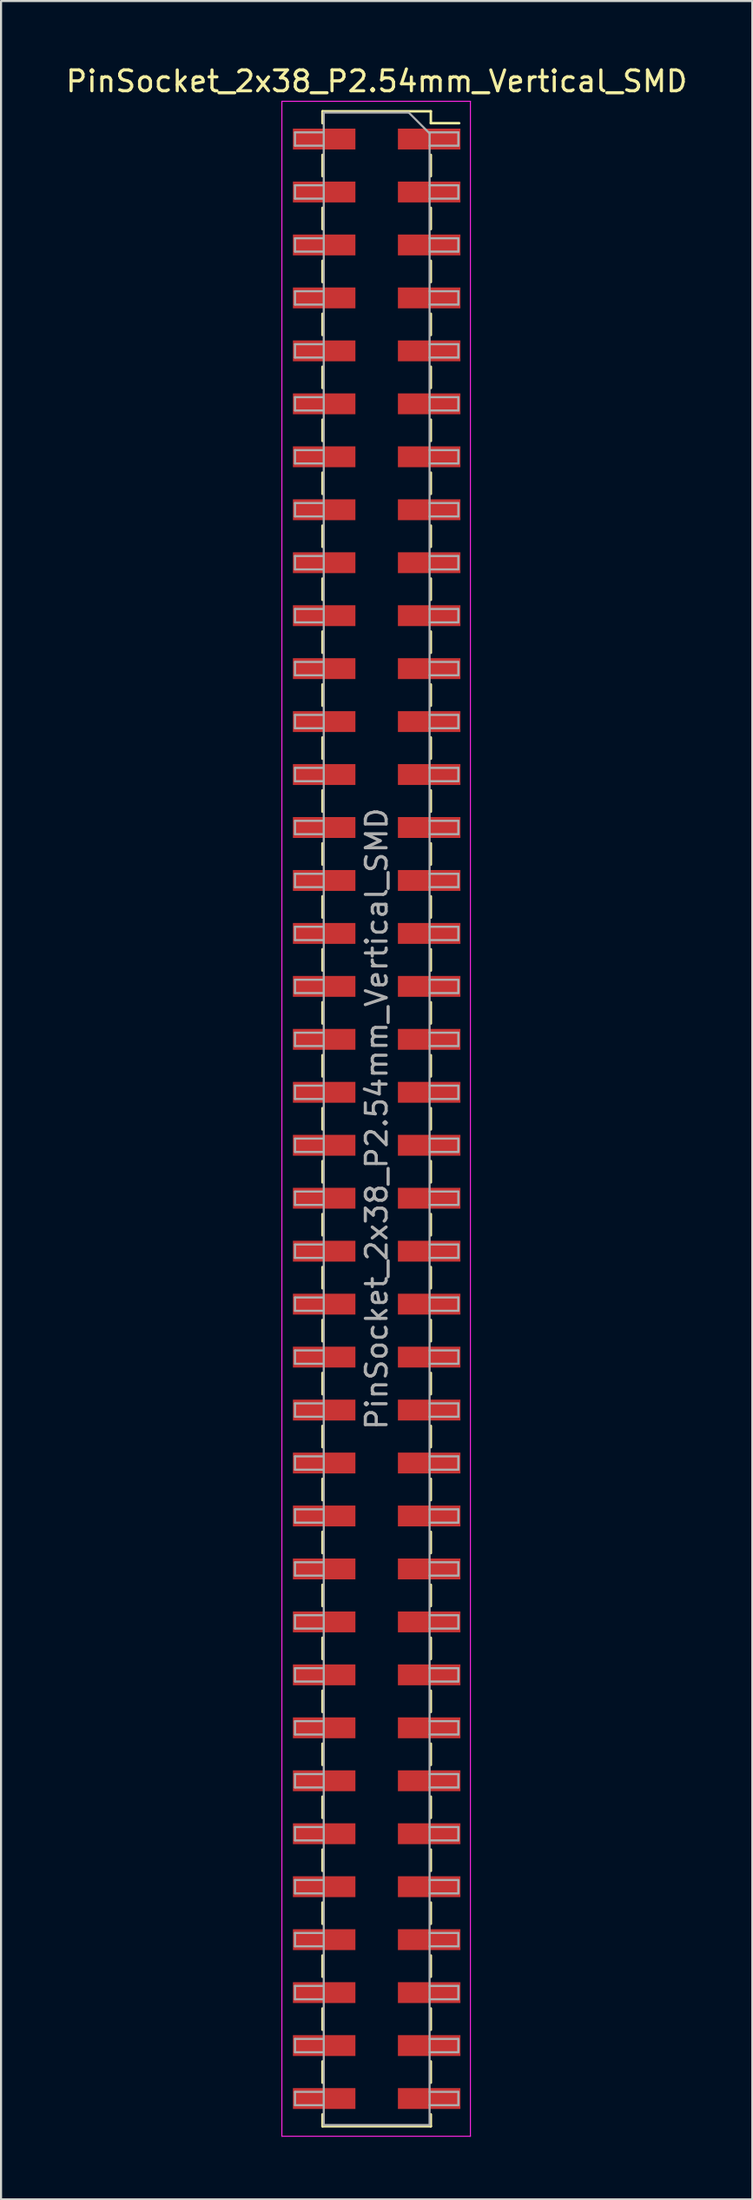
<source format=kicad_pcb>
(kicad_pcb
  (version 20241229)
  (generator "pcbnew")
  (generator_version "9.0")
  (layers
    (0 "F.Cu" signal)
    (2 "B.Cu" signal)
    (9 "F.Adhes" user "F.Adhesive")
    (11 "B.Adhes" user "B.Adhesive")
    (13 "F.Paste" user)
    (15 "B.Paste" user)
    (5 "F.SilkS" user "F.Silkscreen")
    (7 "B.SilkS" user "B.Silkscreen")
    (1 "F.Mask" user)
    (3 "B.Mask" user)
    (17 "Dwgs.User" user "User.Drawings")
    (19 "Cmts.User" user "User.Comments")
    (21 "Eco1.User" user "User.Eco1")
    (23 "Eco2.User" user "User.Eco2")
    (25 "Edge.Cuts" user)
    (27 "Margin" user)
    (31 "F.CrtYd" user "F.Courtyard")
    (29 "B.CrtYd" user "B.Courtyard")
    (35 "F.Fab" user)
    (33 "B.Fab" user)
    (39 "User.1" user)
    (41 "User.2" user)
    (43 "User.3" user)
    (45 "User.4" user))
  (footprint "PinSocket_2x38_P2.54mm_Vertical_SMD"
    (layer "F.Cu")
    (at 15.03 50.608)
    (property "Reference" "PinSocket_2x38_P2.54mm_Vertical_SMD" (at 0 -49.76 0) (layer "F.SilkS") (effects (font (size 1 1) (thickness 0.15))))
    (attr smd)
    (fp_line (start -2.6 -48.32) (end -2.6 -47.75) (stroke (width 0.12) (type solid)) (layer "F.SilkS"))
    (fp_line (start -2.6 -48.32) (end 2.6 -48.32) (stroke (width 0.12) (type solid)) (layer "F.SilkS"))
    (fp_line (start -2.6 -46.23) (end -2.6 -45.21) (stroke (width 0.12) (type solid)) (layer "F.SilkS"))
    (fp_line (start -2.6 -43.69) (end -2.6 -42.67) (stroke (width 0.12) (type solid)) (layer "F.SilkS"))
    (fp_line (start -2.6 -41.15) (end -2.6 -40.13) (stroke (width 0.12) (type solid)) (layer "F.SilkS"))
    (fp_line (start -2.6 -38.61) (end -2.6 -37.59) (stroke (width 0.12) (type solid)) (layer "F.SilkS"))
    (fp_line (start -2.6 -36.07) (end -2.6 -35.05) (stroke (width 0.12) (type solid)) (layer "F.SilkS"))
    (fp_line (start -2.6 -33.53) (end -2.6 -32.51) (stroke (width 0.12) (type solid)) (layer "F.SilkS"))
    (fp_line (start -2.6 -30.99) (end -2.6 -29.97) (stroke (width 0.12) (type solid)) (layer "F.SilkS"))
    (fp_line (start -2.6 -28.45) (end -2.6 -27.43) (stroke (width 0.12) (type solid)) (layer "F.SilkS"))
    (fp_line (start -2.6 -25.91) (end -2.6 -24.89) (stroke (width 0.12) (type solid)) (layer "F.SilkS"))
    (fp_line (start -2.6 -23.37) (end -2.6 -22.35) (stroke (width 0.12) (type solid)) (layer "F.SilkS"))
    (fp_line (start -2.6 -20.83) (end -2.6 -19.81) (stroke (width 0.12) (type solid)) (layer "F.SilkS"))
    (fp_line (start -2.6 -18.29) (end -2.6 -17.27) (stroke (width 0.12) (type solid)) (layer "F.SilkS"))
    (fp_line (start -2.6 -15.75) (end -2.6 -14.73) (stroke (width 0.12) (type solid)) (layer "F.SilkS"))
    (fp_line (start -2.6 -13.21) (end -2.6 -12.19) (stroke (width 0.12) (type solid)) (layer "F.SilkS"))
    (fp_line (start -2.6 -10.67) (end -2.6 -9.65) (stroke (width 0.12) (type solid)) (layer "F.SilkS"))
    (fp_line (start -2.6 -8.13) (end -2.6 -7.11) (stroke (width 0.12) (type solid)) (layer "F.SilkS"))
    (fp_line (start -2.6 -5.59) (end -2.6 -4.57) (stroke (width 0.12) (type solid)) (layer "F.SilkS"))
    (fp_line (start -2.6 -3.05) (end -2.6 -2.03) (stroke (width 0.12) (type solid)) (layer "F.SilkS"))
    (fp_line (start -2.6 -0.51) (end -2.6 0.51) (stroke (width 0.12) (type solid)) (layer "F.SilkS"))
    (fp_line (start -2.6 2.03) (end -2.6 3.05) (stroke (width 0.12) (type solid)) (layer "F.SilkS"))
    (fp_line (start -2.6 4.57) (end -2.6 5.59) (stroke (width 0.12) (type solid)) (layer "F.SilkS"))
    (fp_line (start -2.6 7.11) (end -2.6 8.13) (stroke (width 0.12) (type solid)) (layer "F.SilkS"))
    (fp_line (start -2.6 9.65) (end -2.6 10.67) (stroke (width 0.12) (type solid)) (layer "F.SilkS"))
    (fp_line (start -2.6 12.19) (end -2.6 13.21) (stroke (width 0.12) (type solid)) (layer "F.SilkS"))
    (fp_line (start -2.6 14.73) (end -2.6 15.75) (stroke (width 0.12) (type solid)) (layer "F.SilkS"))
    (fp_line (start -2.6 17.27) (end -2.6 18.29) (stroke (width 0.12) (type solid)) (layer "F.SilkS"))
    (fp_line (start -2.6 19.81) (end -2.6 20.83) (stroke (width 0.12) (type solid)) (layer "F.SilkS"))
    (fp_line (start -2.6 22.35) (end -2.6 23.37) (stroke (width 0.12) (type solid)) (layer "F.SilkS"))
    (fp_line (start -2.6 24.89) (end -2.6 25.91) (stroke (width 0.12) (type solid)) (layer "F.SilkS"))
    (fp_line (start -2.6 27.43) (end -2.6 28.45) (stroke (width 0.12) (type solid)) (layer "F.SilkS"))
    (fp_line (start -2.6 29.97) (end -2.6 30.99) (stroke (width 0.12) (type solid)) (layer "F.SilkS"))
    (fp_line (start -2.6 32.51) (end -2.6 33.53) (stroke (width 0.12) (type solid)) (layer "F.SilkS"))
    (fp_line (start -2.6 35.05) (end -2.6 36.07) (stroke (width 0.12) (type solid)) (layer "F.SilkS"))
    (fp_line (start -2.6 37.59) (end -2.6 38.61) (stroke (width 0.12) (type solid)) (layer "F.SilkS"))
    (fp_line (start -2.6 40.13) (end -2.6 41.15) (stroke (width 0.12) (type solid)) (layer "F.SilkS"))
    (fp_line (start -2.6 42.67) (end -2.6 43.69) (stroke (width 0.12) (type solid)) (layer "F.SilkS"))
    (fp_line (start -2.6 45.21) (end -2.6 46.23) (stroke (width 0.12) (type solid)) (layer "F.SilkS"))
    (fp_line (start -2.6 47.75) (end -2.6 48.32) (stroke (width 0.12) (type solid)) (layer "F.SilkS"))
    (fp_line (start -2.6 48.32) (end 2.6 48.32) (stroke (width 0.12) (type solid)) (layer "F.SilkS"))
    (fp_line (start 2.6 -48.32) (end 2.6 -47.75) (stroke (width 0.12) (type solid)) (layer "F.SilkS"))
    (fp_line (start 2.6 -47.75) (end 3.96 -47.75) (stroke (width 0.12) (type solid)) (layer "F.SilkS"))
    (fp_line (start 2.6 -46.23) (end 2.6 -45.21) (stroke (width 0.12) (type solid)) (layer "F.SilkS"))
    (fp_line (start 2.6 -43.69) (end 2.6 -42.67) (stroke (width 0.12) (type solid)) (layer "F.SilkS"))
    (fp_line (start 2.6 -41.15) (end 2.6 -40.13) (stroke (width 0.12) (type solid)) (layer "F.SilkS"))
    (fp_line (start 2.6 -38.61) (end 2.6 -37.59) (stroke (width 0.12) (type solid)) (layer "F.SilkS"))
    (fp_line (start 2.6 -36.07) (end 2.6 -35.05) (stroke (width 0.12) (type solid)) (layer "F.SilkS"))
    (fp_line (start 2.6 -33.53) (end 2.6 -32.51) (stroke (width 0.12) (type solid)) (layer "F.SilkS"))
    (fp_line (start 2.6 -30.99) (end 2.6 -29.97) (stroke (width 0.12) (type solid)) (layer "F.SilkS"))
    (fp_line (start 2.6 -28.45) (end 2.6 -27.43) (stroke (width 0.12) (type solid)) (layer "F.SilkS"))
    (fp_line (start 2.6 -25.91) (end 2.6 -24.89) (stroke (width 0.12) (type solid)) (layer "F.SilkS"))
    (fp_line (start 2.6 -23.37) (end 2.6 -22.35) (stroke (width 0.12) (type solid)) (layer "F.SilkS"))
    (fp_line (start 2.6 -20.83) (end 2.6 -19.81) (stroke (width 0.12) (type solid)) (layer "F.SilkS"))
    (fp_line (start 2.6 -18.29) (end 2.6 -17.27) (stroke (width 0.12) (type solid)) (layer "F.SilkS"))
    (fp_line (start 2.6 -15.75) (end 2.6 -14.73) (stroke (width 0.12) (type solid)) (layer "F.SilkS"))
    (fp_line (start 2.6 -13.21) (end 2.6 -12.19) (stroke (width 0.12) (type solid)) (layer "F.SilkS"))
    (fp_line (start 2.6 -10.67) (end 2.6 -9.65) (stroke (width 0.12) (type solid)) (layer "F.SilkS"))
    (fp_line (start 2.6 -8.13) (end 2.6 -7.11) (stroke (width 0.12) (type solid)) (layer "F.SilkS"))
    (fp_line (start 2.6 -5.59) (end 2.6 -4.57) (stroke (width 0.12) (type solid)) (layer "F.SilkS"))
    (fp_line (start 2.6 -3.05) (end 2.6 -2.03) (stroke (width 0.12) (type solid)) (layer "F.SilkS"))
    (fp_line (start 2.6 -0.51) (end 2.6 0.51) (stroke (width 0.12) (type solid)) (layer "F.SilkS"))
    (fp_line (start 2.6 2.03) (end 2.6 3.05) (stroke (width 0.12) (type solid)) (layer "F.SilkS"))
    (fp_line (start 2.6 4.57) (end 2.6 5.59) (stroke (width 0.12) (type solid)) (layer "F.SilkS"))
    (fp_line (start 2.6 7.11) (end 2.6 8.13) (stroke (width 0.12) (type solid)) (layer "F.SilkS"))
    (fp_line (start 2.6 9.65) (end 2.6 10.67) (stroke (width 0.12) (type solid)) (layer "F.SilkS"))
    (fp_line (start 2.6 12.19) (end 2.6 13.21) (stroke (width 0.12) (type solid)) (layer "F.SilkS"))
    (fp_line (start 2.6 14.73) (end 2.6 15.75) (stroke (width 0.12) (type solid)) (layer "F.SilkS"))
    (fp_line (start 2.6 17.27) (end 2.6 18.29) (stroke (width 0.12) (type solid)) (layer "F.SilkS"))
    (fp_line (start 2.6 19.81) (end 2.6 20.83) (stroke (width 0.12) (type solid)) (layer "F.SilkS"))
    (fp_line (start 2.6 22.35) (end 2.6 23.37) (stroke (width 0.12) (type solid)) (layer "F.SilkS"))
    (fp_line (start 2.6 24.89) (end 2.6 25.91) (stroke (width 0.12) (type solid)) (layer "F.SilkS"))
    (fp_line (start 2.6 27.43) (end 2.6 28.45) (stroke (width 0.12) (type solid)) (layer "F.SilkS"))
    (fp_line (start 2.6 29.97) (end 2.6 30.99) (stroke (width 0.12) (type solid)) (layer "F.SilkS"))
    (fp_line (start 2.6 32.51) (end 2.6 33.53) (stroke (width 0.12) (type solid)) (layer "F.SilkS"))
    (fp_line (start 2.6 35.05) (end 2.6 36.07) (stroke (width 0.12) (type solid)) (layer "F.SilkS"))
    (fp_line (start 2.6 37.59) (end 2.6 38.61) (stroke (width 0.12) (type solid)) (layer "F.SilkS"))
    (fp_line (start 2.6 40.13) (end 2.6 41.15) (stroke (width 0.12) (type solid)) (layer "F.SilkS"))
    (fp_line (start 2.6 42.67) (end 2.6 43.69) (stroke (width 0.12) (type solid)) (layer "F.SilkS"))
    (fp_line (start 2.6 45.21) (end 2.6 46.23) (stroke (width 0.12) (type solid)) (layer "F.SilkS"))
    (fp_line (start 2.6 47.75) (end 2.6 48.32) (stroke (width 0.12) (type solid)) (layer "F.SilkS"))
    (fp_line (start -4.55 -48.8) (end 4.5 -48.8) (stroke (width 0.05) (type solid)) (layer "F.CrtYd"))
    (fp_line (start -4.55 48.8) (end -4.55 -48.8) (stroke (width 0.05) (type solid)) (layer "F.CrtYd"))
    (fp_line (start 4.5 -48.8) (end 4.5 48.8) (stroke (width 0.05) (type solid)) (layer "F.CrtYd"))
    (fp_line (start 4.5 48.8) (end -4.55 48.8) (stroke (width 0.05) (type solid)) (layer "F.CrtYd"))
    (fp_line (start -3.92 -47.31) (end -2.54 -47.31) (stroke (width 0.1) (type solid)) (layer "F.Fab"))
    (fp_line (start -3.92 -46.67) (end -3.92 -47.31) (stroke (width 0.1) (type solid)) (layer "F.Fab"))
    (fp_line (start -3.92 -44.77) (end -2.54 -44.77) (stroke (width 0.1) (type solid)) (layer "F.Fab"))
    (fp_line (start -3.92 -44.13) (end -3.92 -44.77) (stroke (width 0.1) (type solid)) (layer "F.Fab"))
    (fp_line (start -3.92 -42.23) (end -2.54 -42.23) (stroke (width 0.1) (type solid)) (layer "F.Fab"))
    (fp_line (start -3.92 -41.59) (end -3.92 -42.23) (stroke (width 0.1) (type solid)) (layer "F.Fab"))
    (fp_line (start -3.92 -39.69) (end -2.54 -39.69) (stroke (width 0.1) (type solid)) (layer "F.Fab"))
    (fp_line (start -3.92 -39.05) (end -3.92 -39.69) (stroke (width 0.1) (type solid)) (layer "F.Fab"))
    (fp_line (start -3.92 -37.15) (end -2.54 -37.15) (stroke (width 0.1) (type solid)) (layer "F.Fab"))
    (fp_line (start -3.92 -36.51) (end -3.92 -37.15) (stroke (width 0.1) (type solid)) (layer "F.Fab"))
    (fp_line (start -3.92 -34.61) (end -2.54 -34.61) (stroke (width 0.1) (type solid)) (layer "F.Fab"))
    (fp_line (start -3.92 -33.97) (end -3.92 -34.61) (stroke (width 0.1) (type solid)) (layer "F.Fab"))
    (fp_line (start -3.92 -32.07) (end -2.54 -32.07) (stroke (width 0.1) (type solid)) (layer "F.Fab"))
    (fp_line (start -3.92 -31.43) (end -3.92 -32.07) (stroke (width 0.1) (type solid)) (layer "F.Fab"))
    (fp_line (start -3.92 -29.53) (end -2.54 -29.53) (stroke (width 0.1) (type solid)) (layer "F.Fab"))
    (fp_line (start -3.92 -28.89) (end -3.92 -29.53) (stroke (width 0.1) (type solid)) (layer "F.Fab"))
    (fp_line (start -3.92 -26.99) (end -2.54 -26.99) (stroke (width 0.1) (type solid)) (layer "F.Fab"))
    (fp_line (start -3.92 -26.35) (end -3.92 -26.99) (stroke (width 0.1) (type solid)) (layer "F.Fab"))
    (fp_line (start -3.92 -24.45) (end -2.54 -24.45) (stroke (width 0.1) (type solid)) (layer "F.Fab"))
    (fp_line (start -3.92 -23.81) (end -3.92 -24.45) (stroke (width 0.1) (type solid)) (layer "F.Fab"))
    (fp_line (start -3.92 -21.91) (end -2.54 -21.91) (stroke (width 0.1) (type solid)) (layer "F.Fab"))
    (fp_line (start -3.92 -21.27) (end -3.92 -21.91) (stroke (width 0.1) (type solid)) (layer "F.Fab"))
    (fp_line (start -3.92 -19.37) (end -2.54 -19.37) (stroke (width 0.1) (type solid)) (layer "F.Fab"))
    (fp_line (start -3.92 -18.73) (end -3.92 -19.37) (stroke (width 0.1) (type solid)) (layer "F.Fab"))
    (fp_line (start -3.92 -16.83) (end -2.54 -16.83) (stroke (width 0.1) (type solid)) (layer "F.Fab"))
    (fp_line (start -3.92 -16.19) (end -3.92 -16.83) (stroke (width 0.1) (type solid)) (layer "F.Fab"))
    (fp_line (start -3.92 -14.29) (end -2.54 -14.29) (stroke (width 0.1) (type solid)) (layer "F.Fab"))
    (fp_line (start -3.92 -13.65) (end -3.92 -14.29) (stroke (width 0.1) (type solid)) (layer "F.Fab"))
    (fp_line (start -3.92 -11.75) (end -2.54 -11.75) (stroke (width 0.1) (type solid)) (layer "F.Fab"))
    (fp_line (start -3.92 -11.11) (end -3.92 -11.75) (stroke (width 0.1) (type solid)) (layer "F.Fab"))
    (fp_line (start -3.92 -9.21) (end -2.54 -9.21) (stroke (width 0.1) (type solid)) (layer "F.Fab"))
    (fp_line (start -3.92 -8.57) (end -3.92 -9.21) (stroke (width 0.1) (type solid)) (layer "F.Fab"))
    (fp_line (start -3.92 -6.67) (end -2.54 -6.67) (stroke (width 0.1) (type solid)) (layer "F.Fab"))
    (fp_line (start -3.92 -6.03) (end -3.92 -6.67) (stroke (width 0.1) (type solid)) (layer "F.Fab"))
    (fp_line (start -3.92 -4.13) (end -2.54 -4.13) (stroke (width 0.1) (type solid)) (layer "F.Fab"))
    (fp_line (start -3.92 -3.49) (end -3.92 -4.13) (stroke (width 0.1) (type solid)) (layer "F.Fab"))
    (fp_line (start -3.92 -1.59) (end -2.54 -1.59) (stroke (width 0.1) (type solid)) (layer "F.Fab"))
    (fp_line (start -3.92 -0.95) (end -3.92 -1.59) (stroke (width 0.1) (type solid)) (layer "F.Fab"))
    (fp_line (start -3.92 0.95) (end -2.54 0.95) (stroke (width 0.1) (type solid)) (layer "F.Fab"))
    (fp_line (start -3.92 1.59) (end -3.92 0.95) (stroke (width 0.1) (type solid)) (layer "F.Fab"))
    (fp_line (start -3.92 3.49) (end -2.54 3.49) (stroke (width 0.1) (type solid)) (layer "F.Fab"))
    (fp_line (start -3.92 4.13) (end -3.92 3.49) (stroke (width 0.1) (type solid)) (layer "F.Fab"))
    (fp_line (start -3.92 6.03) (end -2.54 6.03) (stroke (width 0.1) (type solid)) (layer "F.Fab"))
    (fp_line (start -3.92 6.67) (end -3.92 6.03) (stroke (width 0.1) (type solid)) (layer "F.Fab"))
    (fp_line (start -3.92 8.57) (end -2.54 8.57) (stroke (width 0.1) (type solid)) (layer "F.Fab"))
    (fp_line (start -3.92 9.21) (end -3.92 8.57) (stroke (width 0.1) (type solid)) (layer "F.Fab"))
    (fp_line (start -3.92 11.11) (end -2.54 11.11) (stroke (width 0.1) (type solid)) (layer "F.Fab"))
    (fp_line (start -3.92 11.75) (end -3.92 11.11) (stroke (width 0.1) (type solid)) (layer "F.Fab"))
    (fp_line (start -3.92 13.65) (end -2.54 13.65) (stroke (width 0.1) (type solid)) (layer "F.Fab"))
    (fp_line (start -3.92 14.29) (end -3.92 13.65) (stroke (width 0.1) (type solid)) (layer "F.Fab"))
    (fp_line (start -3.92 16.19) (end -2.54 16.19) (stroke (width 0.1) (type solid)) (layer "F.Fab"))
    (fp_line (start -3.92 16.83) (end -3.92 16.19) (stroke (width 0.1) (type solid)) (layer "F.Fab"))
    (fp_line (start -3.92 18.73) (end -2.54 18.73) (stroke (width 0.1) (type solid)) (layer "F.Fab"))
    (fp_line (start -3.92 19.37) (end -3.92 18.73) (stroke (width 0.1) (type solid)) (layer "F.Fab"))
    (fp_line (start -3.92 21.27) (end -2.54 21.27) (stroke (width 0.1) (type solid)) (layer "F.Fab"))
    (fp_line (start -3.92 21.91) (end -3.92 21.27) (stroke (width 0.1) (type solid)) (layer "F.Fab"))
    (fp_line (start -3.92 23.81) (end -2.54 23.81) (stroke (width 0.1) (type solid)) (layer "F.Fab"))
    (fp_line (start -3.92 24.45) (end -3.92 23.81) (stroke (width 0.1) (type solid)) (layer "F.Fab"))
    (fp_line (start -3.92 26.35) (end -2.54 26.35) (stroke (width 0.1) (type solid)) (layer "F.Fab"))
    (fp_line (start -3.92 26.99) (end -3.92 26.35) (stroke (width 0.1) (type solid)) (layer "F.Fab"))
    (fp_line (start -3.92 28.89) (end -2.54 28.89) (stroke (width 0.1) (type solid)) (layer "F.Fab"))
    (fp_line (start -3.92 29.53) (end -3.92 28.89) (stroke (width 0.1) (type solid)) (layer "F.Fab"))
    (fp_line (start -3.92 31.43) (end -2.54 31.43) (stroke (width 0.1) (type solid)) (layer "F.Fab"))
    (fp_line (start -3.92 32.07) (end -3.92 31.43) (stroke (width 0.1) (type solid)) (layer "F.Fab"))
    (fp_line (start -3.92 33.97) (end -2.54 33.97) (stroke (width 0.1) (type solid)) (layer "F.Fab"))
    (fp_line (start -3.92 34.61) (end -3.92 33.97) (stroke (width 0.1) (type solid)) (layer "F.Fab"))
    (fp_line (start -3.92 36.51) (end -2.54 36.51) (stroke (width 0.1) (type solid)) (layer "F.Fab"))
    (fp_line (start -3.92 37.15) (end -3.92 36.51) (stroke (width 0.1) (type solid)) (layer "F.Fab"))
    (fp_line (start -3.92 39.05) (end -2.54 39.05) (stroke (width 0.1) (type solid)) (layer "F.Fab"))
    (fp_line (start -3.92 39.69) (end -3.92 39.05) (stroke (width 0.1) (type solid)) (layer "F.Fab"))
    (fp_line (start -3.92 41.59) (end -2.54 41.59) (stroke (width 0.1) (type solid)) (layer "F.Fab"))
    (fp_line (start -3.92 42.23) (end -3.92 41.59) (stroke (width 0.1) (type solid)) (layer "F.Fab"))
    (fp_line (start -3.92 44.13) (end -2.54 44.13) (stroke (width 0.1) (type solid)) (layer "F.Fab"))
    (fp_line (start -3.92 44.77) (end -3.92 44.13) (stroke (width 0.1) (type solid)) (layer "F.Fab"))
    (fp_line (start -3.92 46.67) (end -2.54 46.67) (stroke (width 0.1) (type solid)) (layer "F.Fab"))
    (fp_line (start -3.92 47.31) (end -3.92 46.67) (stroke (width 0.1) (type solid)) (layer "F.Fab"))
    (fp_line (start -2.54 -48.26) (end 1.54 -48.26) (stroke (width 0.1) (type solid)) (layer "F.Fab"))
    (fp_line (start -2.54 -46.67) (end -3.92 -46.67) (stroke (width 0.1) (type solid)) (layer "F.Fab"))
    (fp_line (start -2.54 -44.13) (end -3.92 -44.13) (stroke (width 0.1) (type solid)) (layer "F.Fab"))
    (fp_line (start -2.54 -41.59) (end -3.92 -41.59) (stroke (width 0.1) (type solid)) (layer "F.Fab"))
    (fp_line (start -2.54 -39.05) (end -3.92 -39.05) (stroke (width 0.1) (type solid)) (layer "F.Fab"))
    (fp_line (start -2.54 -36.51) (end -3.92 -36.51) (stroke (width 0.1) (type solid)) (layer "F.Fab"))
    (fp_line (start -2.54 -33.97) (end -3.92 -33.97) (stroke (width 0.1) (type solid)) (layer "F.Fab"))
    (fp_line (start -2.54 -31.43) (end -3.92 -31.43) (stroke (width 0.1) (type solid)) (layer "F.Fab"))
    (fp_line (start -2.54 -28.89) (end -3.92 -28.89) (stroke (width 0.1) (type solid)) (layer "F.Fab"))
    (fp_line (start -2.54 -26.35) (end -3.92 -26.35) (stroke (width 0.1) (type solid)) (layer "F.Fab"))
    (fp_line (start -2.54 -23.81) (end -3.92 -23.81) (stroke (width 0.1) (type solid)) (layer "F.Fab"))
    (fp_line (start -2.54 -21.27) (end -3.92 -21.27) (stroke (width 0.1) (type solid)) (layer "F.Fab"))
    (fp_line (start -2.54 -18.73) (end -3.92 -18.73) (stroke (width 0.1) (type solid)) (layer "F.Fab"))
    (fp_line (start -2.54 -16.19) (end -3.92 -16.19) (stroke (width 0.1) (type solid)) (layer "F.Fab"))
    (fp_line (start -2.54 -13.65) (end -3.92 -13.65) (stroke (width 0.1) (type solid)) (layer "F.Fab"))
    (fp_line (start -2.54 -11.11) (end -3.92 -11.11) (stroke (width 0.1) (type solid)) (layer "F.Fab"))
    (fp_line (start -2.54 -8.57) (end -3.92 -8.57) (stroke (width 0.1) (type solid)) (layer "F.Fab"))
    (fp_line (start -2.54 -6.03) (end -3.92 -6.03) (stroke (width 0.1) (type solid)) (layer "F.Fab"))
    (fp_line (start -2.54 -3.49) (end -3.92 -3.49) (stroke (width 0.1) (type solid)) (layer "F.Fab"))
    (fp_line (start -2.54 -0.95) (end -3.92 -0.95) (stroke (width 0.1) (type solid)) (layer "F.Fab"))
    (fp_line (start -2.54 1.59) (end -3.92 1.59) (stroke (width 0.1) (type solid)) (layer "F.Fab"))
    (fp_line (start -2.54 4.13) (end -3.92 4.13) (stroke (width 0.1) (type solid)) (layer "F.Fab"))
    (fp_line (start -2.54 6.67) (end -3.92 6.67) (stroke (width 0.1) (type solid)) (layer "F.Fab"))
    (fp_line (start -2.54 9.21) (end -3.92 9.21) (stroke (width 0.1) (type solid)) (layer "F.Fab"))
    (fp_line (start -2.54 11.75) (end -3.92 11.75) (stroke (width 0.1) (type solid)) (layer "F.Fab"))
    (fp_line (start -2.54 14.29) (end -3.92 14.29) (stroke (width 0.1) (type solid)) (layer "F.Fab"))
    (fp_line (start -2.54 16.83) (end -3.92 16.83) (stroke (width 0.1) (type solid)) (layer "F.Fab"))
    (fp_line (start -2.54 19.37) (end -3.92 19.37) (stroke (width 0.1) (type solid)) (layer "F.Fab"))
    (fp_line (start -2.54 21.91) (end -3.92 21.91) (stroke (width 0.1) (type solid)) (layer "F.Fab"))
    (fp_line (start -2.54 24.45) (end -3.92 24.45) (stroke (width 0.1) (type solid)) (layer "F.Fab"))
    (fp_line (start -2.54 26.99) (end -3.92 26.99) (stroke (width 0.1) (type solid)) (layer "F.Fab"))
    (fp_line (start -2.54 29.53) (end -3.92 29.53) (stroke (width 0.1) (type solid)) (layer "F.Fab"))
    (fp_line (start -2.54 32.07) (end -3.92 32.07) (stroke (width 0.1) (type solid)) (layer "F.Fab"))
    (fp_line (start -2.54 34.61) (end -3.92 34.61) (stroke (width 0.1) (type solid)) (layer "F.Fab"))
    (fp_line (start -2.54 37.15) (end -3.92 37.15) (stroke (width 0.1) (type solid)) (layer "F.Fab"))
    (fp_line (start -2.54 39.69) (end -3.92 39.69) (stroke (width 0.1) (type solid)) (layer "F.Fab"))
    (fp_line (start -2.54 42.23) (end -3.92 42.23) (stroke (width 0.1) (type solid)) (layer "F.Fab"))
    (fp_line (start -2.54 44.77) (end -3.92 44.77) (stroke (width 0.1) (type solid)) (layer "F.Fab"))
    (fp_line (start -2.54 47.31) (end -3.92 47.31) (stroke (width 0.1) (type solid)) (layer "F.Fab"))
    (fp_line (start -2.54 48.26) (end -2.54 -48.26) (stroke (width 0.1) (type solid)) (layer "F.Fab"))
    (fp_line (start 1.54 -48.26) (end 2.54 -47.26) (stroke (width 0.1) (type solid)) (layer "F.Fab"))
    (fp_line (start 2.54 -47.31) (end 3.92 -47.31) (stroke (width 0.1) (type solid)) (layer "F.Fab"))
    (fp_line (start 2.54 -47.26) (end 2.54 48.26) (stroke (width 0.1) (type solid)) (layer "F.Fab"))
    (fp_line (start 2.54 -44.77) (end 3.92 -44.77) (stroke (width 0.1) (type solid)) (layer "F.Fab"))
    (fp_line (start 2.54 -42.23) (end 3.92 -42.23) (stroke (width 0.1) (type solid)) (layer "F.Fab"))
    (fp_line (start 2.54 -39.69) (end 3.92 -39.69) (stroke (width 0.1) (type solid)) (layer "F.Fab"))
    (fp_line (start 2.54 -37.15) (end 3.92 -37.15) (stroke (width 0.1) (type solid)) (layer "F.Fab"))
    (fp_line (start 2.54 -34.61) (end 3.92 -34.61) (stroke (width 0.1) (type solid)) (layer "F.Fab"))
    (fp_line (start 2.54 -32.07) (end 3.92 -32.07) (stroke (width 0.1) (type solid)) (layer "F.Fab"))
    (fp_line (start 2.54 -29.53) (end 3.92 -29.53) (stroke (width 0.1) (type solid)) (layer "F.Fab"))
    (fp_line (start 2.54 -26.99) (end 3.92 -26.99) (stroke (width 0.1) (type solid)) (layer "F.Fab"))
    (fp_line (start 2.54 -24.45) (end 3.92 -24.45) (stroke (width 0.1) (type solid)) (layer "F.Fab"))
    (fp_line (start 2.54 -21.91) (end 3.92 -21.91) (stroke (width 0.1) (type solid)) (layer "F.Fab"))
    (fp_line (start 2.54 -19.37) (end 3.92 -19.37) (stroke (width 0.1) (type solid)) (layer "F.Fab"))
    (fp_line (start 2.54 -16.83) (end 3.92 -16.83) (stroke (width 0.1) (type solid)) (layer "F.Fab"))
    (fp_line (start 2.54 -14.29) (end 3.92 -14.29) (stroke (width 0.1) (type solid)) (layer "F.Fab"))
    (fp_line (start 2.54 -11.75) (end 3.92 -11.75) (stroke (width 0.1) (type solid)) (layer "F.Fab"))
    (fp_line (start 2.54 -9.21) (end 3.92 -9.21) (stroke (width 0.1) (type solid)) (layer "F.Fab"))
    (fp_line (start 2.54 -6.67) (end 3.92 -6.67) (stroke (width 0.1) (type solid)) (layer "F.Fab"))
    (fp_line (start 2.54 -4.13) (end 3.92 -4.13) (stroke (width 0.1) (type solid)) (layer "F.Fab"))
    (fp_line (start 2.54 -1.59) (end 3.92 -1.59) (stroke (width 0.1) (type solid)) (layer "F.Fab"))
    (fp_line (start 2.54 0.95) (end 3.92 0.95) (stroke (width 0.1) (type solid)) (layer "F.Fab"))
    (fp_line (start 2.54 3.49) (end 3.92 3.49) (stroke (width 0.1) (type solid)) (layer "F.Fab"))
    (fp_line (start 2.54 6.03) (end 3.92 6.03) (stroke (width 0.1) (type solid)) (layer "F.Fab"))
    (fp_line (start 2.54 8.57) (end 3.92 8.57) (stroke (width 0.1) (type solid)) (layer "F.Fab"))
    (fp_line (start 2.54 11.11) (end 3.92 11.11) (stroke (width 0.1) (type solid)) (layer "F.Fab"))
    (fp_line (start 2.54 13.65) (end 3.92 13.65) (stroke (width 0.1) (type solid)) (layer "F.Fab"))
    (fp_line (start 2.54 16.19) (end 3.92 16.19) (stroke (width 0.1) (type solid)) (layer "F.Fab"))
    (fp_line (start 2.54 18.73) (end 3.92 18.73) (stroke (width 0.1) (type solid)) (layer "F.Fab"))
    (fp_line (start 2.54 21.27) (end 3.92 21.27) (stroke (width 0.1) (type solid)) (layer "F.Fab"))
    (fp_line (start 2.54 23.81) (end 3.92 23.81) (stroke (width 0.1) (type solid)) (layer "F.Fab"))
    (fp_line (start 2.54 26.35) (end 3.92 26.35) (stroke (width 0.1) (type solid)) (layer "F.Fab"))
    (fp_line (start 2.54 28.89) (end 3.92 28.89) (stroke (width 0.1) (type solid)) (layer "F.Fab"))
    (fp_line (start 2.54 31.43) (end 3.92 31.43) (stroke (width 0.1) (type solid)) (layer "F.Fab"))
    (fp_line (start 2.54 33.97) (end 3.92 33.97) (stroke (width 0.1) (type solid)) (layer "F.Fab"))
    (fp_line (start 2.54 36.51) (end 3.92 36.51) (stroke (width 0.1) (type solid)) (layer "F.Fab"))
    (fp_line (start 2.54 39.05) (end 3.92 39.05) (stroke (width 0.1) (type solid)) (layer "F.Fab"))
    (fp_line (start 2.54 41.59) (end 3.92 41.59) (stroke (width 0.1) (type solid)) (layer "F.Fab"))
    (fp_line (start 2.54 44.13) (end 3.92 44.13) (stroke (width 0.1) (type solid)) (layer "F.Fab"))
    (fp_line (start 2.54 46.67) (end 3.92 46.67) (stroke (width 0.1) (type solid)) (layer "F.Fab"))
    (fp_line (start 2.54 48.26) (end -2.54 48.26) (stroke (width 0.1) (type solid)) (layer "F.Fab"))
    (fp_line (start 3.92 -47.31) (end 3.92 -46.67) (stroke (width 0.1) (type solid)) (layer "F.Fab"))
    (fp_line (start 3.92 -46.67) (end 2.54 -46.67) (stroke (width 0.1) (type solid)) (layer "F.Fab"))
    (fp_line (start 3.92 -44.77) (end 3.92 -44.13) (stroke (width 0.1) (type solid)) (layer "F.Fab"))
    (fp_line (start 3.92 -44.13) (end 2.54 -44.13) (stroke (width 0.1) (type solid)) (layer "F.Fab"))
    (fp_line (start 3.92 -42.23) (end 3.92 -41.59) (stroke (width 0.1) (type solid)) (layer "F.Fab"))
    (fp_line (start 3.92 -41.59) (end 2.54 -41.59) (stroke (width 0.1) (type solid)) (layer "F.Fab"))
    (fp_line (start 3.92 -39.69) (end 3.92 -39.05) (stroke (width 0.1) (type solid)) (layer "F.Fab"))
    (fp_line (start 3.92 -39.05) (end 2.54 -39.05) (stroke (width 0.1) (type solid)) (layer "F.Fab"))
    (fp_line (start 3.92 -37.15) (end 3.92 -36.51) (stroke (width 0.1) (type solid)) (layer "F.Fab"))
    (fp_line (start 3.92 -36.51) (end 2.54 -36.51) (stroke (width 0.1) (type solid)) (layer "F.Fab"))
    (fp_line (start 3.92 -34.61) (end 3.92 -33.97) (stroke (width 0.1) (type solid)) (layer "F.Fab"))
    (fp_line (start 3.92 -33.97) (end 2.54 -33.97) (stroke (width 0.1) (type solid)) (layer "F.Fab"))
    (fp_line (start 3.92 -32.07) (end 3.92 -31.43) (stroke (width 0.1) (type solid)) (layer "F.Fab"))
    (fp_line (start 3.92 -31.43) (end 2.54 -31.43) (stroke (width 0.1) (type solid)) (layer "F.Fab"))
    (fp_line (start 3.92 -29.53) (end 3.92 -28.89) (stroke (width 0.1) (type solid)) (layer "F.Fab"))
    (fp_line (start 3.92 -28.89) (end 2.54 -28.89) (stroke (width 0.1) (type solid)) (layer "F.Fab"))
    (fp_line (start 3.92 -26.99) (end 3.92 -26.35) (stroke (width 0.1) (type solid)) (layer "F.Fab"))
    (fp_line (start 3.92 -26.35) (end 2.54 -26.35) (stroke (width 0.1) (type solid)) (layer "F.Fab"))
    (fp_line (start 3.92 -24.45) (end 3.92 -23.81) (stroke (width 0.1) (type solid)) (layer "F.Fab"))
    (fp_line (start 3.92 -23.81) (end 2.54 -23.81) (stroke (width 0.1) (type solid)) (layer "F.Fab"))
    (fp_line (start 3.92 -21.91) (end 3.92 -21.27) (stroke (width 0.1) (type solid)) (layer "F.Fab"))
    (fp_line (start 3.92 -21.27) (end 2.54 -21.27) (stroke (width 0.1) (type solid)) (layer "F.Fab"))
    (fp_line (start 3.92 -19.37) (end 3.92 -18.73) (stroke (width 0.1) (type solid)) (layer "F.Fab"))
    (fp_line (start 3.92 -18.73) (end 2.54 -18.73) (stroke (width 0.1) (type solid)) (layer "F.Fab"))
    (fp_line (start 3.92 -16.83) (end 3.92 -16.19) (stroke (width 0.1) (type solid)) (layer "F.Fab"))
    (fp_line (start 3.92 -16.19) (end 2.54 -16.19) (stroke (width 0.1) (type solid)) (layer "F.Fab"))
    (fp_line (start 3.92 -14.29) (end 3.92 -13.65) (stroke (width 0.1) (type solid)) (layer "F.Fab"))
    (fp_line (start 3.92 -13.65) (end 2.54 -13.65) (stroke (width 0.1) (type solid)) (layer "F.Fab"))
    (fp_line (start 3.92 -11.75) (end 3.92 -11.11) (stroke (width 0.1) (type solid)) (layer "F.Fab"))
    (fp_line (start 3.92 -11.11) (end 2.54 -11.11) (stroke (width 0.1) (type solid)) (layer "F.Fab"))
    (fp_line (start 3.92 -9.21) (end 3.92 -8.57) (stroke (width 0.1) (type solid)) (layer "F.Fab"))
    (fp_line (start 3.92 -8.57) (end 2.54 -8.57) (stroke (width 0.1) (type solid)) (layer "F.Fab"))
    (fp_line (start 3.92 -6.67) (end 3.92 -6.03) (stroke (width 0.1) (type solid)) (layer "F.Fab"))
    (fp_line (start 3.92 -6.03) (end 2.54 -6.03) (stroke (width 0.1) (type solid)) (layer "F.Fab"))
    (fp_line (start 3.92 -4.13) (end 3.92 -3.49) (stroke (width 0.1) (type solid)) (layer "F.Fab"))
    (fp_line (start 3.92 -3.49) (end 2.54 -3.49) (stroke (width 0.1) (type solid)) (layer "F.Fab"))
    (fp_line (start 3.92 -1.59) (end 3.92 -0.95) (stroke (width 0.1) (type solid)) (layer "F.Fab"))
    (fp_line (start 3.92 -0.95) (end 2.54 -0.95) (stroke (width 0.1) (type solid)) (layer "F.Fab"))
    (fp_line (start 3.92 0.95) (end 3.92 1.59) (stroke (width 0.1) (type solid)) (layer "F.Fab"))
    (fp_line (start 3.92 1.59) (end 2.54 1.59) (stroke (width 0.1) (type solid)) (layer "F.Fab"))
    (fp_line (start 3.92 3.49) (end 3.92 4.13) (stroke (width 0.1) (type solid)) (layer "F.Fab"))
    (fp_line (start 3.92 4.13) (end 2.54 4.13) (stroke (width 0.1) (type solid)) (layer "F.Fab"))
    (fp_line (start 3.92 6.03) (end 3.92 6.67) (stroke (width 0.1) (type solid)) (layer "F.Fab"))
    (fp_line (start 3.92 6.67) (end 2.54 6.67) (stroke (width 0.1) (type solid)) (layer "F.Fab"))
    (fp_line (start 3.92 8.57) (end 3.92 9.21) (stroke (width 0.1) (type solid)) (layer "F.Fab"))
    (fp_line (start 3.92 9.21) (end 2.54 9.21) (stroke (width 0.1) (type solid)) (layer "F.Fab"))
    (fp_line (start 3.92 11.11) (end 3.92 11.75) (stroke (width 0.1) (type solid)) (layer "F.Fab"))
    (fp_line (start 3.92 11.75) (end 2.54 11.75) (stroke (width 0.1) (type solid)) (layer "F.Fab"))
    (fp_line (start 3.92 13.65) (end 3.92 14.29) (stroke (width 0.1) (type solid)) (layer "F.Fab"))
    (fp_line (start 3.92 14.29) (end 2.54 14.29) (stroke (width 0.1) (type solid)) (layer "F.Fab"))
    (fp_line (start 3.92 16.19) (end 3.92 16.83) (stroke (width 0.1) (type solid)) (layer "F.Fab"))
    (fp_line (start 3.92 16.83) (end 2.54 16.83) (stroke (width 0.1) (type solid)) (layer "F.Fab"))
    (fp_line (start 3.92 18.73) (end 3.92 19.37) (stroke (width 0.1) (type solid)) (layer "F.Fab"))
    (fp_line (start 3.92 19.37) (end 2.54 19.37) (stroke (width 0.1) (type solid)) (layer "F.Fab"))
    (fp_line (start 3.92 21.27) (end 3.92 21.91) (stroke (width 0.1) (type solid)) (layer "F.Fab"))
    (fp_line (start 3.92 21.91) (end 2.54 21.91) (stroke (width 0.1) (type solid)) (layer "F.Fab"))
    (fp_line (start 3.92 23.81) (end 3.92 24.45) (stroke (width 0.1) (type solid)) (layer "F.Fab"))
    (fp_line (start 3.92 24.45) (end 2.54 24.45) (stroke (width 0.1) (type solid)) (layer "F.Fab"))
    (fp_line (start 3.92 26.35) (end 3.92 26.99) (stroke (width 0.1) (type solid)) (layer "F.Fab"))
    (fp_line (start 3.92 26.99) (end 2.54 26.99) (stroke (width 0.1) (type solid)) (layer "F.Fab"))
    (fp_line (start 3.92 28.89) (end 3.92 29.53) (stroke (width 0.1) (type solid)) (layer "F.Fab"))
    (fp_line (start 3.92 29.53) (end 2.54 29.53) (stroke (width 0.1) (type solid)) (layer "F.Fab"))
    (fp_line (start 3.92 31.43) (end 3.92 32.07) (stroke (width 0.1) (type solid)) (layer "F.Fab"))
    (fp_line (start 3.92 32.07) (end 2.54 32.07) (stroke (width 0.1) (type solid)) (layer "F.Fab"))
    (fp_line (start 3.92 33.97) (end 3.92 34.61) (stroke (width 0.1) (type solid)) (layer "F.Fab"))
    (fp_line (start 3.92 34.61) (end 2.54 34.61) (stroke (width 0.1) (type solid)) (layer "F.Fab"))
    (fp_line (start 3.92 36.51) (end 3.92 37.15) (stroke (width 0.1) (type solid)) (layer "F.Fab"))
    (fp_line (start 3.92 37.15) (end 2.54 37.15) (stroke (width 0.1) (type solid)) (layer "F.Fab"))
    (fp_line (start 3.92 39.05) (end 3.92 39.69) (stroke (width 0.1) (type solid)) (layer "F.Fab"))
    (fp_line (start 3.92 39.69) (end 2.54 39.69) (stroke (width 0.1) (type solid)) (layer "F.Fab"))
    (fp_line (start 3.92 41.59) (end 3.92 42.23) (stroke (width 0.1) (type solid)) (layer "F.Fab"))
    (fp_line (start 3.92 42.23) (end 2.54 42.23) (stroke (width 0.1) (type solid)) (layer "F.Fab"))
    (fp_line (start 3.92 44.13) (end 3.92 44.77) (stroke (width 0.1) (type solid)) (layer "F.Fab"))
    (fp_line (start 3.92 44.77) (end 2.54 44.77) (stroke (width 0.1) (type solid)) (layer "F.Fab"))
    (fp_line (start 3.92 46.67) (end 3.92 47.31) (stroke (width 0.1) (type solid)) (layer "F.Fab"))
    (fp_line (start 3.92 47.31) (end 2.54 47.31) (stroke (width 0.1) (type solid)) (layer "F.Fab"))
    (fp_text user "${REFERENCE}" (at 0 0 90) (layer "F.Fab") (effects (font (size 1 1) (thickness 0.15))))
    (pad "1" smd rect (at 2.52 -46.99) (size 3 1) (layers "F.Cu" "F.Mask" "F.Paste"))
    (pad "2" smd rect (at -2.52 -46.99) (size 3 1) (layers "F.Cu" "F.Mask" "F.Paste"))
    (pad "3" smd rect (at 2.52 -44.45) (size 3 1) (layers "F.Cu" "F.Mask" "F.Paste"))
    (pad "4" smd rect (at -2.52 -44.45) (size 3 1) (layers "F.Cu" "F.Mask" "F.Paste"))
    (pad "5" smd rect (at 2.52 -41.91) (size 3 1) (layers "F.Cu" "F.Mask" "F.Paste"))
    (pad "6" smd rect (at -2.52 -41.91) (size 3 1) (layers "F.Cu" "F.Mask" "F.Paste"))
    (pad "7" smd rect (at 2.52 -39.37) (size 3 1) (layers "F.Cu" "F.Mask" "F.Paste"))
    (pad "8" smd rect (at -2.52 -39.37) (size 3 1) (layers "F.Cu" "F.Mask" "F.Paste"))
    (pad "9" smd rect (at 2.52 -36.83) (size 3 1) (layers "F.Cu" "F.Mask" "F.Paste"))
    (pad "10" smd rect (at -2.52 -36.83) (size 3 1) (layers "F.Cu" "F.Mask" "F.Paste"))
    (pad "11" smd rect (at 2.52 -34.29) (size 3 1) (layers "F.Cu" "F.Mask" "F.Paste"))
    (pad "12" smd rect (at -2.52 -34.29) (size 3 1) (layers "F.Cu" "F.Mask" "F.Paste"))
    (pad "13" smd rect (at 2.52 -31.75) (size 3 1) (layers "F.Cu" "F.Mask" "F.Paste"))
    (pad "14" smd rect (at -2.52 -31.75) (size 3 1) (layers "F.Cu" "F.Mask" "F.Paste"))
    (pad "15" smd rect (at 2.52 -29.21) (size 3 1) (layers "F.Cu" "F.Mask" "F.Paste"))
    (pad "16" smd rect (at -2.52 -29.21) (size 3 1) (layers "F.Cu" "F.Mask" "F.Paste"))
    (pad "17" smd rect (at 2.52 -26.67) (size 3 1) (layers "F.Cu" "F.Mask" "F.Paste"))
    (pad "18" smd rect (at -2.52 -26.67) (size 3 1) (layers "F.Cu" "F.Mask" "F.Paste"))
    (pad "19" smd rect (at 2.52 -24.13) (size 3 1) (layers "F.Cu" "F.Mask" "F.Paste"))
    (pad "20" smd rect (at -2.52 -24.13) (size 3 1) (layers "F.Cu" "F.Mask" "F.Paste"))
    (pad "21" smd rect (at 2.52 -21.59) (size 3 1) (layers "F.Cu" "F.Mask" "F.Paste"))
    (pad "22" smd rect (at -2.52 -21.59) (size 3 1) (layers "F.Cu" "F.Mask" "F.Paste"))
    (pad "23" smd rect (at 2.52 -19.05) (size 3 1) (layers "F.Cu" "F.Mask" "F.Paste"))
    (pad "24" smd rect (at -2.52 -19.05) (size 3 1) (layers "F.Cu" "F.Mask" "F.Paste"))
    (pad "25" smd rect (at 2.52 -16.51) (size 3 1) (layers "F.Cu" "F.Mask" "F.Paste"))
    (pad "26" smd rect (at -2.52 -16.51) (size 3 1) (layers "F.Cu" "F.Mask" "F.Paste"))
    (pad "27" smd rect (at 2.52 -13.97) (size 3 1) (layers "F.Cu" "F.Mask" "F.Paste"))
    (pad "28" smd rect (at -2.52 -13.97) (size 3 1) (layers "F.Cu" "F.Mask" "F.Paste"))
    (pad "29" smd rect (at 2.52 -11.43) (size 3 1) (layers "F.Cu" "F.Mask" "F.Paste"))
    (pad "30" smd rect (at -2.52 -11.43) (size 3 1) (layers "F.Cu" "F.Mask" "F.Paste"))
    (pad "31" smd rect (at 2.52 -8.89) (size 3 1) (layers "F.Cu" "F.Mask" "F.Paste"))
    (pad "32" smd rect (at -2.52 -8.89) (size 3 1) (layers "F.Cu" "F.Mask" "F.Paste"))
    (pad "33" smd rect (at 2.52 -6.35) (size 3 1) (layers "F.Cu" "F.Mask" "F.Paste"))
    (pad "34" smd rect (at -2.52 -6.35) (size 3 1) (layers "F.Cu" "F.Mask" "F.Paste"))
    (pad "35" smd rect (at 2.52 -3.81) (size 3 1) (layers "F.Cu" "F.Mask" "F.Paste"))
    (pad "36" smd rect (at -2.52 -3.81) (size 3 1) (layers "F.Cu" "F.Mask" "F.Paste"))
    (pad "37" smd rect (at 2.52 -1.27) (size 3 1) (layers "F.Cu" "F.Mask" "F.Paste"))
    (pad "38" smd rect (at -2.52 -1.27) (size 3 1) (layers "F.Cu" "F.Mask" "F.Paste"))
    (pad "39" smd rect (at 2.52 1.27) (size 3 1) (layers "F.Cu" "F.Mask" "F.Paste"))
    (pad "40" smd rect (at -2.52 1.27) (size 3 1) (layers "F.Cu" "F.Mask" "F.Paste"))
    (pad "41" smd rect (at 2.52 3.81) (size 3 1) (layers "F.Cu" "F.Mask" "F.Paste"))
    (pad "42" smd rect (at -2.52 3.81) (size 3 1) (layers "F.Cu" "F.Mask" "F.Paste"))
    (pad "43" smd rect (at 2.52 6.35) (size 3 1) (layers "F.Cu" "F.Mask" "F.Paste"))
    (pad "44" smd rect (at -2.52 6.35) (size 3 1) (layers "F.Cu" "F.Mask" "F.Paste"))
    (pad "45" smd rect (at 2.52 8.89) (size 3 1) (layers "F.Cu" "F.Mask" "F.Paste"))
    (pad "46" smd rect (at -2.52 8.89) (size 3 1) (layers "F.Cu" "F.Mask" "F.Paste"))
    (pad "47" smd rect (at 2.52 11.43) (size 3 1) (layers "F.Cu" "F.Mask" "F.Paste"))
    (pad "48" smd rect (at -2.52 11.43) (size 3 1) (layers "F.Cu" "F.Mask" "F.Paste"))
    (pad "49" smd rect (at 2.52 13.97) (size 3 1) (layers "F.Cu" "F.Mask" "F.Paste"))
    (pad "50" smd rect (at -2.52 13.97) (size 3 1) (layers "F.Cu" "F.Mask" "F.Paste"))
    (pad "51" smd rect (at 2.52 16.51) (size 3 1) (layers "F.Cu" "F.Mask" "F.Paste"))
    (pad "52" smd rect (at -2.52 16.51) (size 3 1) (layers "F.Cu" "F.Mask" "F.Paste"))
    (pad "53" smd rect (at 2.52 19.05) (size 3 1) (layers "F.Cu" "F.Mask" "F.Paste"))
    (pad "54" smd rect (at -2.52 19.05) (size 3 1) (layers "F.Cu" "F.Mask" "F.Paste"))
    (pad "55" smd rect (at 2.52 21.59) (size 3 1) (layers "F.Cu" "F.Mask" "F.Paste"))
    (pad "56" smd rect (at -2.52 21.59) (size 3 1) (layers "F.Cu" "F.Mask" "F.Paste"))
    (pad "57" smd rect (at 2.52 24.13) (size 3 1) (layers "F.Cu" "F.Mask" "F.Paste"))
    (pad "58" smd rect (at -2.52 24.13) (size 3 1) (layers "F.Cu" "F.Mask" "F.Paste"))
    (pad "59" smd rect (at 2.52 26.67) (size 3 1) (layers "F.Cu" "F.Mask" "F.Paste"))
    (pad "60" smd rect (at -2.52 26.67) (size 3 1) (layers "F.Cu" "F.Mask" "F.Paste"))
    (pad "61" smd rect (at 2.52 29.21) (size 3 1) (layers "F.Cu" "F.Mask" "F.Paste"))
    (pad "62" smd rect (at -2.52 29.21) (size 3 1) (layers "F.Cu" "F.Mask" "F.Paste"))
    (pad "63" smd rect (at 2.52 31.75) (size 3 1) (layers "F.Cu" "F.Mask" "F.Paste"))
    (pad "64" smd rect (at -2.52 31.75) (size 3 1) (layers "F.Cu" "F.Mask" "F.Paste"))
    (pad "65" smd rect (at 2.52 34.29) (size 3 1) (layers "F.Cu" "F.Mask" "F.Paste"))
    (pad "66" smd rect (at -2.52 34.29) (size 3 1) (layers "F.Cu" "F.Mask" "F.Paste"))
    (pad "67" smd rect (at 2.52 36.83) (size 3 1) (layers "F.Cu" "F.Mask" "F.Paste"))
    (pad "68" smd rect (at -2.52 36.83) (size 3 1) (layers "F.Cu" "F.Mask" "F.Paste"))
    (pad "69" smd rect (at 2.52 39.37) (size 3 1) (layers "F.Cu" "F.Mask" "F.Paste"))
    (pad "70" smd rect (at -2.52 39.37) (size 3 1) (layers "F.Cu" "F.Mask" "F.Paste"))
    (pad "71" smd rect (at 2.52 41.91) (size 3 1) (layers "F.Cu" "F.Mask" "F.Paste"))
    (pad "72" smd rect (at -2.52 41.91) (size 3 1) (layers "F.Cu" "F.Mask" "F.Paste"))
    (pad "73" smd rect (at 2.52 44.45) (size 3 1) (layers "F.Cu" "F.Mask" "F.Paste"))
    (pad "74" smd rect (at -2.52 44.45) (size 3 1) (layers "F.Cu" "F.Mask" "F.Paste"))
    (pad "75" smd rect (at 2.52 46.99) (size 3 1) (layers "F.Cu" "F.Mask" "F.Paste"))
    (pad "76" smd rect (at -2.52 46.99) (size 3 1) (layers "F.Cu" "F.Mask" "F.Paste")))
  (gr_rect
    (start -3 -3)
    (end 33.06 102.433)
    (stroke (width 0.1) (type default))
    (fill no)
    (layer "Edge.Cuts")))
</source>
